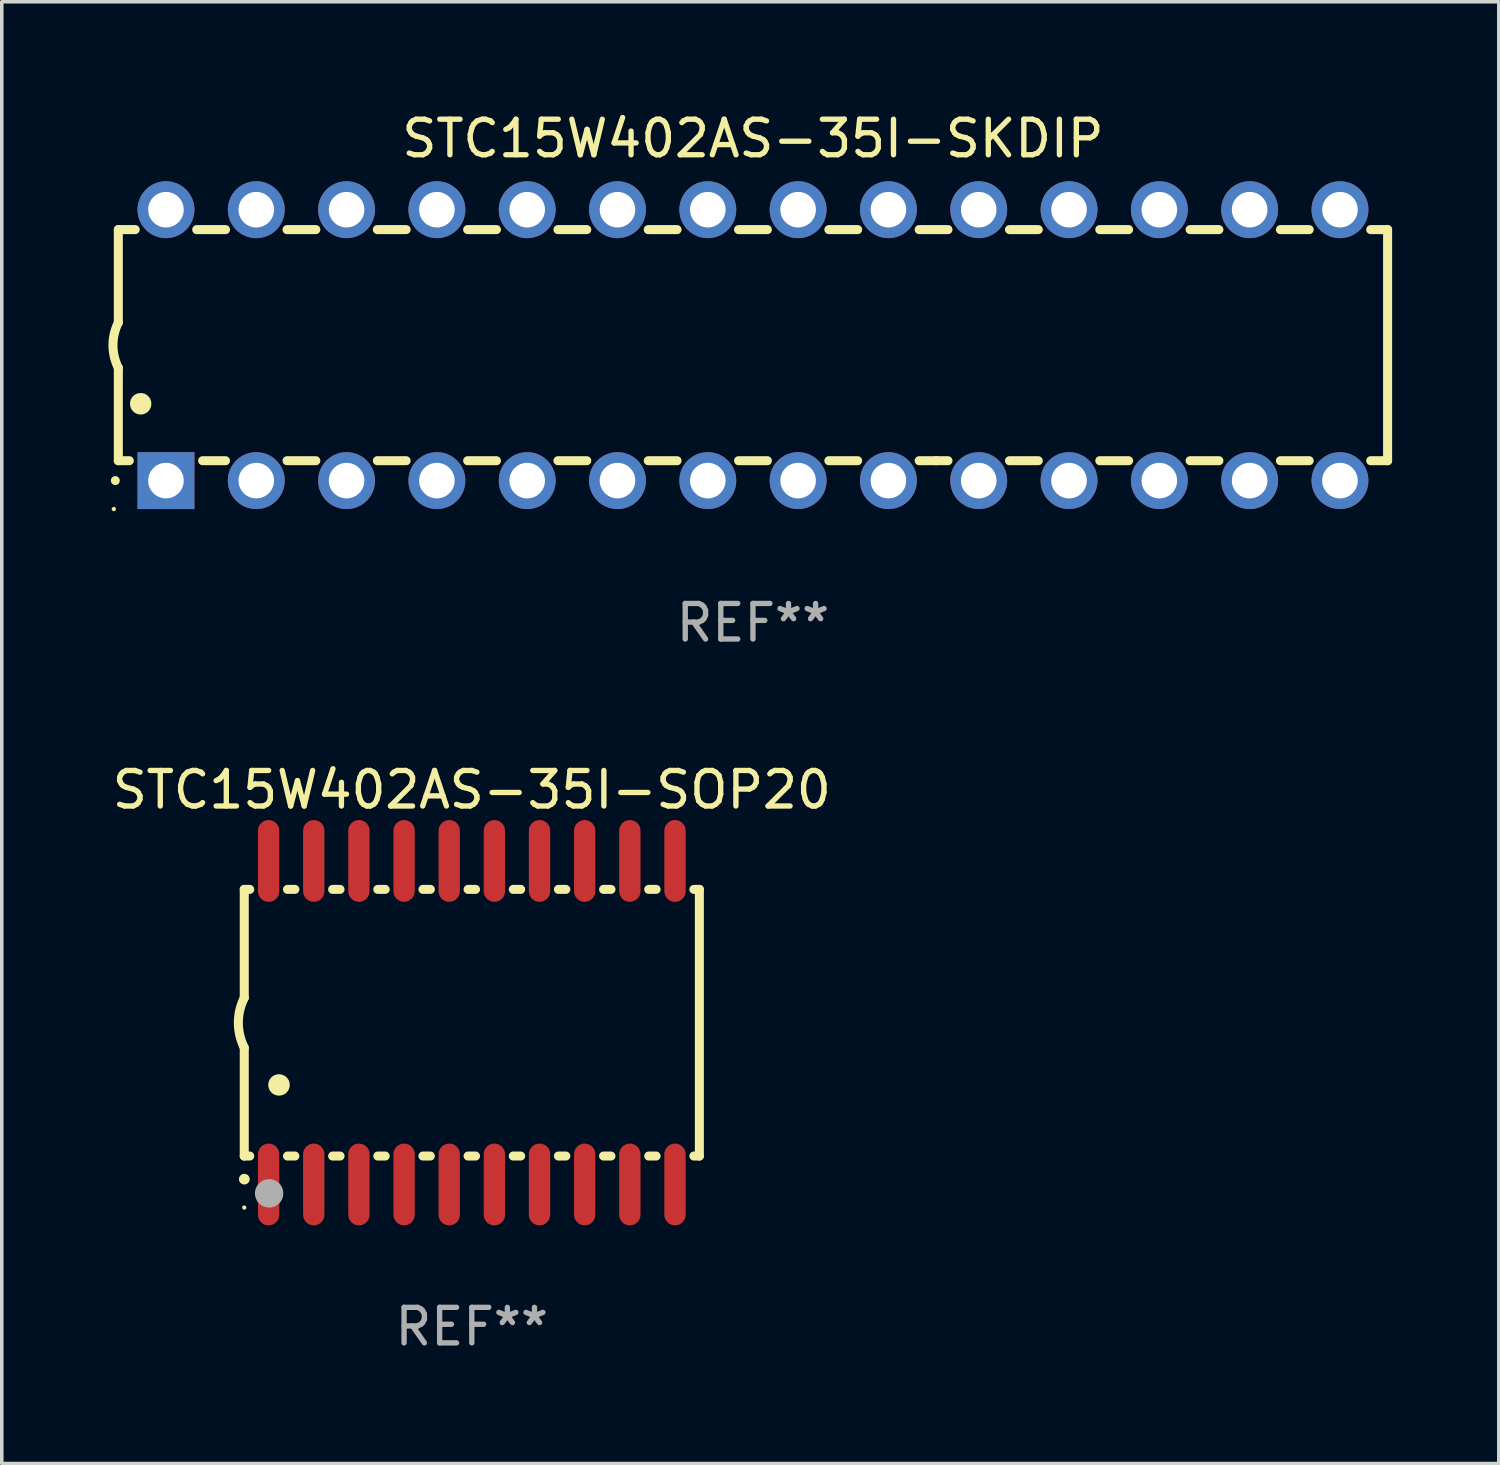
<source format=kicad_pcb>
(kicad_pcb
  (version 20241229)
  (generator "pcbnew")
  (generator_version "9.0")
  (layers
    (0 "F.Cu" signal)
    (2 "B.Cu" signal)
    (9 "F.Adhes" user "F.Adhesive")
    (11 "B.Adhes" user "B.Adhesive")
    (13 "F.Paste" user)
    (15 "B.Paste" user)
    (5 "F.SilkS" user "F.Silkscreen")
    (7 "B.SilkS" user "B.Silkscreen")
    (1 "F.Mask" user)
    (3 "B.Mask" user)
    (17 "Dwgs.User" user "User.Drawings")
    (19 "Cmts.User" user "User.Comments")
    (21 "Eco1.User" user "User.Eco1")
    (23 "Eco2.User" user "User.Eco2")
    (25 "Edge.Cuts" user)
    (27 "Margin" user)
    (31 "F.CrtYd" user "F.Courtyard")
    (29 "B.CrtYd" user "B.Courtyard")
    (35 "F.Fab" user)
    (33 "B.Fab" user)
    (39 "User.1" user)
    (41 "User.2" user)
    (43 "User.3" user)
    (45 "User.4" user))
  (footprint "STC15W402AS-35I-SKDIP"
    (layer "F.Cu")
    (at 18.128 6.658)
    (property "Reference" "STC15W402AS-35I-SKDIP" (at 0 -5.81 0) (layer "F.SilkS") (effects (font (size 1 1) (thickness 0.15))))
    (attr through_hole)
    (fp_line (start -17.85 -3.25) (end -17.85 -0.635) (stroke (width 0.254) (type solid)) (layer "F.SilkS"))
    (fp_line (start -17.85 3.25) (end -17.85 0.635) (stroke (width 0.254) (type solid)) (layer "F.SilkS"))
    (fp_line (start -17.85 3.25) (end -17.541 3.25) (stroke (width 0.254) (type solid)) (layer "F.SilkS"))
    (fp_line (start -17.375 -3.25) (end -17.85 -3.25) (stroke (width 0.254) (type solid)) (layer "F.SilkS"))
    (fp_line (start -15.479 3.25) (end -14.835 3.25) (stroke (width 0.254) (type solid)) (layer "F.SilkS"))
    (fp_line (start -14.835 -3.25) (end -15.645 -3.25) (stroke (width 0.254) (type solid)) (layer "F.SilkS"))
    (fp_line (start -13.105 3.25) (end -12.295 3.25) (stroke (width 0.254) (type solid)) (layer "F.SilkS"))
    (fp_line (start -12.295 -3.25) (end -13.105 -3.25) (stroke (width 0.254) (type solid)) (layer "F.SilkS"))
    (fp_line (start -10.565 3.25) (end -9.755 3.25) (stroke (width 0.254) (type solid)) (layer "F.SilkS"))
    (fp_line (start -9.755 -3.25) (end -10.565 -3.25) (stroke (width 0.254) (type solid)) (layer "F.SilkS"))
    (fp_line (start -8.025 3.25) (end -7.215 3.25) (stroke (width 0.254) (type solid)) (layer "F.SilkS"))
    (fp_line (start -7.215 -3.25) (end -8.025 -3.25) (stroke (width 0.254) (type solid)) (layer "F.SilkS"))
    (fp_line (start -5.485 3.25) (end -4.675 3.25) (stroke (width 0.254) (type solid)) (layer "F.SilkS"))
    (fp_line (start -4.675 -3.25) (end -5.485 -3.25) (stroke (width 0.254) (type solid)) (layer "F.SilkS"))
    (fp_line (start -2.945 3.25) (end -2.135 3.25) (stroke (width 0.254) (type solid)) (layer "F.SilkS"))
    (fp_line (start -2.135 -3.25) (end -2.945 -3.25) (stroke (width 0.254) (type solid)) (layer "F.SilkS"))
    (fp_line (start -0.405 3.25) (end 0.405 3.25) (stroke (width 0.254) (type solid)) (layer "F.SilkS"))
    (fp_line (start 0.405 -3.25) (end -0.405 -3.25) (stroke (width 0.254) (type solid)) (layer "F.SilkS"))
    (fp_line (start 2.135 3.25) (end 2.945 3.25) (stroke (width 0.254) (type solid)) (layer "F.SilkS"))
    (fp_line (start 2.945 -3.25) (end 2.135 -3.25) (stroke (width 0.254) (type solid)) (layer "F.SilkS"))
    (fp_line (start 4.675 3.25) (end 5.15 3.25) (stroke (width 0.254) (type solid)) (layer "F.SilkS"))
    (fp_line (start 5.15 -3.25) (end 4.675 -3.25) (stroke (width 0.254) (type solid)) (layer "F.SilkS"))
    (fp_line (start 5.15 -3.25) (end 5.485 -3.25) (stroke (width 0.254) (type solid)) (layer "F.SilkS"))
    (fp_line (start 5.15 3.25) (end 5.485 3.25) (stroke (width 0.254) (type solid)) (layer "F.SilkS"))
    (fp_line (start 7.215 -3.25) (end 8.025 -3.25) (stroke (width 0.254) (type solid)) (layer "F.SilkS"))
    (fp_line (start 7.215 3.25) (end 8.025 3.25) (stroke (width 0.254) (type solid)) (layer "F.SilkS"))
    (fp_line (start 9.755 -3.25) (end 10.565 -3.25) (stroke (width 0.254) (type solid)) (layer "F.SilkS"))
    (fp_line (start 9.755 3.25) (end 10.565 3.25) (stroke (width 0.254) (type solid)) (layer "F.SilkS"))
    (fp_line (start 12.295 -3.25) (end 13.105 -3.25) (stroke (width 0.254) (type solid)) (layer "F.SilkS"))
    (fp_line (start 12.295 3.25) (end 13.105 3.25) (stroke (width 0.254) (type solid)) (layer "F.SilkS"))
    (fp_line (start 14.835 -3.25) (end 15.645 -3.25) (stroke (width 0.254) (type solid)) (layer "F.SilkS"))
    (fp_line (start 14.835 3.25) (end 15.645 3.25) (stroke (width 0.254) (type solid)) (layer "F.SilkS"))
    (fp_line (start 17.375 -3.25) (end 17.85 -3.25) (stroke (width 0.254) (type solid)) (layer "F.SilkS"))
    (fp_line (start 17.375 3.25) (end 17.85 3.25) (stroke (width 0.254) (type solid)) (layer "F.SilkS"))
    (fp_line (start 17.85 -3.25) (end 17.85 3.25) (stroke (width 0.254) (type solid)) (layer "F.SilkS"))
    (fp_arc (start -17.934976 3.810008) (mid -17.934983 3.808738) (end -17.934976 3.807468) (stroke (width 0.25) (type solid)) (layer "F.SilkS"))
    (fp_arc (start -17.851155 0.635002) (mid -18.000677 -0.000132) (end -17.850038 -0.635001) (stroke (width 0.254001) (type solid)) (layer "F.SilkS"))
    (fp_arc (start -17.221234 1.651003) (mid -17.221245 1.648463) (end -17.221234 1.645923) (stroke (width 0.6) (type solid)) (layer "F.SilkS"))
    (fp_circle (center -17.977 4.61) (end -17.947 4.61) (stroke (width 0.06) (type solid)) (fill no) (layer "F.SilkS"))
    (fp_text user "REF**" (at 0 7.81 0) (layer "F.Fab") (effects (font (size 1 1) (thickness 0.15))))
    (pad "1" thru_hole rect (at -16.51 3.81 90) (size 1.6 1.6) (drill 1) (layers "*.Cu" "*.Mask"))
    (pad "2" thru_hole circle (at -13.97 3.81 90) (size 1.6 1.6) (drill 1) (layers "*.Cu" "*.Mask"))
    (pad "3" thru_hole circle (at -11.43 3.81 90) (size 1.6 1.6) (drill 1) (layers "*.Cu" "*.Mask"))
    (pad "4" thru_hole circle (at -8.89 3.81 90) (size 1.6 1.6) (drill 1) (layers "*.Cu" "*.Mask"))
    (pad "5" thru_hole circle (at -6.35 3.81 90) (size 1.6 1.6) (drill 1) (layers "*.Cu" "*.Mask"))
    (pad "6" thru_hole circle (at -3.81 3.81 90) (size 1.6 1.6) (drill 1) (layers "*.Cu" "*.Mask"))
    (pad "7" thru_hole circle (at -1.27 3.81 90) (size 1.6 1.6) (drill 1) (layers "*.Cu" "*.Mask"))
    (pad "8" thru_hole circle (at 1.27 3.81 90) (size 1.6 1.6) (drill 1) (layers "*.Cu" "*.Mask"))
    (pad "9" thru_hole circle (at 3.81 3.81 90) (size 1.6 1.6) (drill 1) (layers "*.Cu" "*.Mask"))
    (pad "10" thru_hole circle (at 6.35 3.81 90) (size 1.6 1.6) (drill 1) (layers "*.Cu" "*.Mask"))
    (pad "11" thru_hole circle (at 8.89 3.81 90) (size 1.6 1.6) (drill 1) (layers "*.Cu" "*.Mask"))
    (pad "12" thru_hole circle (at 11.43 3.81 90) (size 1.6 1.6) (drill 1) (layers "*.Cu" "*.Mask"))
    (pad "13" thru_hole circle (at 13.97 3.81 90) (size 1.6 1.6) (drill 1) (layers "*.Cu" "*.Mask"))
    (pad "14" thru_hole circle (at 16.51 3.81 90) (size 1.6 1.6) (drill 1) (layers "*.Cu" "*.Mask"))
    (pad "15" thru_hole circle (at 16.51 -3.81 90) (size 1.6 1.6) (drill 1) (layers "*.Cu" "*.Mask"))
    (pad "16" thru_hole circle (at 13.97 -3.81 90) (size 1.6 1.6) (drill 1) (layers "*.Cu" "*.Mask"))
    (pad "17" thru_hole circle (at 11.43 -3.81 90) (size 1.6 1.6) (drill 1) (layers "*.Cu" "*.Mask"))
    (pad "18" thru_hole circle (at 8.89 -3.81 90) (size 1.6 1.6) (drill 1) (layers "*.Cu" "*.Mask"))
    (pad "19" thru_hole circle (at 6.35 -3.81 90) (size 1.6 1.6) (drill 1) (layers "*.Cu" "*.Mask"))
    (pad "20" thru_hole circle (at 3.81 -3.81 90) (size 1.6 1.6) (drill 1) (layers "*.Cu" "*.Mask"))
    (pad "21" thru_hole circle (at 1.27 -3.81 90) (size 1.6 1.6) (drill 1) (layers "*.Cu" "*.Mask"))
    (pad "22" thru_hole circle (at -1.27 -3.81 90) (size 1.6 1.6) (drill 1) (layers "*.Cu" "*.Mask"))
    (pad "23" thru_hole circle (at -3.81 -3.81 90) (size 1.6 1.6) (drill 1) (layers "*.Cu" "*.Mask"))
    (pad "24" thru_hole circle (at -6.35 -3.81 90) (size 1.6 1.6) (drill 1) (layers "*.Cu" "*.Mask"))
    (pad "25" thru_hole circle (at -8.89 -3.81 90) (size 1.6 1.6) (drill 1) (layers "*.Cu" "*.Mask"))
    (pad "26" thru_hole circle (at -11.43 -3.81 90) (size 1.6 1.6) (drill 1) (layers "*.Cu" "*.Mask"))
    (pad "27" thru_hole circle (at -13.97 -3.81 90) (size 1.6 1.6) (drill 1) (layers "*.Cu" "*.Mask"))
    (pad "28" thru_hole circle (at -16.51 -3.81 90) (size 1.6 1.6) (drill 1) (layers "*.Cu" "*.Mask")))
  (footprint "STC15W402AS-35I-SOP20"
    (layer "F.Cu")
    (at 10.22 25.715)
    (property "Reference" "STC15W402AS-35I-SOP20" (at 0 -6.55 0) (layer "F.SilkS") (effects (font (size 1 1) (thickness 0.15))))
    (attr through_hole)
    (fp_line (start -6.4 -3.75) (end -6.4 -0.7) (stroke (width 0.254) (type solid)) (layer "F.SilkS"))
    (fp_line (start -6.4 -3.75) (end -6.246 -3.75) (stroke (width 0.254) (type solid)) (layer "F.SilkS"))
    (fp_line (start -6.4 3.75) (end -6.4 0.7) (stroke (width 0.254) (type solid)) (layer "F.SilkS"))
    (fp_line (start -6.246 3.75) (end -6.4 3.75) (stroke (width 0.254) (type solid)) (layer "F.SilkS"))
    (fp_line (start -5.184 -3.75) (end -4.976 -3.75) (stroke (width 0.254) (type solid)) (layer "F.SilkS"))
    (fp_line (start -4.976 3.75) (end -5.184 3.75) (stroke (width 0.254) (type solid)) (layer "F.SilkS"))
    (fp_line (start -3.914 -3.75) (end -3.706 -3.75) (stroke (width 0.254) (type solid)) (layer "F.SilkS"))
    (fp_line (start -3.706 3.75) (end -3.914 3.75) (stroke (width 0.254) (type solid)) (layer "F.SilkS"))
    (fp_line (start -2.644 -3.75) (end -2.436 -3.75) (stroke (width 0.254) (type solid)) (layer "F.SilkS"))
    (fp_line (start -2.436 3.75) (end -2.644 3.75) (stroke (width 0.254) (type solid)) (layer "F.SilkS"))
    (fp_line (start -1.374 -3.75) (end -1.166 -3.75) (stroke (width 0.254) (type solid)) (layer "F.SilkS"))
    (fp_line (start -1.166 3.75) (end -1.374 3.75) (stroke (width 0.254) (type solid)) (layer "F.SilkS"))
    (fp_line (start -0.104 -3.75) (end 0.104 -3.75) (stroke (width 0.254) (type solid)) (layer "F.SilkS"))
    (fp_line (start 0.104 3.75) (end -0.104 3.75) (stroke (width 0.254) (type solid)) (layer "F.SilkS"))
    (fp_line (start 1.166 -3.75) (end 1.374 -3.75) (stroke (width 0.254) (type solid)) (layer "F.SilkS"))
    (fp_line (start 1.374 3.75) (end 1.166 3.75) (stroke (width 0.254) (type solid)) (layer "F.SilkS"))
    (fp_line (start 2.436 -3.75) (end 2.644 -3.75) (stroke (width 0.254) (type solid)) (layer "F.SilkS"))
    (fp_line (start 2.644 3.75) (end 2.436 3.75) (stroke (width 0.254) (type solid)) (layer "F.SilkS"))
    (fp_line (start 3.706 -3.75) (end 3.914 -3.75) (stroke (width 0.254) (type solid)) (layer "F.SilkS"))
    (fp_line (start 3.914 3.75) (end 3.706 3.75) (stroke (width 0.254) (type solid)) (layer "F.SilkS"))
    (fp_line (start 4.976 -3.75) (end 5.184 -3.75) (stroke (width 0.254) (type solid)) (layer "F.SilkS"))
    (fp_line (start 5.184 3.75) (end 4.976 3.75) (stroke (width 0.254) (type solid)) (layer "F.SilkS"))
    (fp_line (start 6.246 -3.75) (end 6.4 -3.75) (stroke (width 0.254) (type solid)) (layer "F.SilkS"))
    (fp_line (start 6.4 -3.75) (end 6.4 3.75) (stroke (width 0.254) (type solid)) (layer "F.SilkS"))
    (fp_line (start 6.4 3.75) (end 6.246 3.75) (stroke (width 0.254) (type solid)) (layer "F.SilkS"))
    (fp_arc (start -6.400812 0.701041) (mid -6.565912 0.000428) (end -6.400025 -0.7) (stroke (width 0.254001) (type solid)) (layer "F.SilkS"))
    (fp_arc (start -6.400025 4.4) (mid -6.398755 4.399995) (end -6.397485 4.4) (stroke (width 0.3) (type solid)) (layer "F.SilkS"))
    (fp_arc (start -5.425451 1.750064) (mid -5.422911 1.750053) (end -5.420371 1.750064) (stroke (width 0.6) (type solid)) (layer "F.SilkS"))
    (fp_circle (center -6.4 5.2) (end -6.37 5.2) (stroke (width 0.06) (type solid)) (fill no) (layer "F.SilkS"))
    (fp_circle (center -5.7 4.8) (end -5.5 4.8) (stroke (width 0.4) (type solid)) (fill no) (layer "F.Fab"))
    (fp_text user "REF**" (at 0 8.55 0) (layer "F.Fab") (effects (font (size 1 1) (thickness 0.15))))
    (pad "1" smd oval (at -5.715 4.55 180) (size 0.6 2.3) (layers "F.Cu" "F.Mask" "F.Paste"))
    (pad "2" smd oval (at -4.445 4.55 180) (size 0.6 2.3) (layers "F.Cu" "F.Mask" "F.Paste"))
    (pad "3" smd oval (at -3.175 4.55 180) (size 0.6 2.3) (layers "F.Cu" "F.Mask" "F.Paste"))
    (pad "4" smd oval (at -1.905 4.55 180) (size 0.6 2.3) (layers "F.Cu" "F.Mask" "F.Paste"))
    (pad "5" smd oval (at -0.635 4.55 180) (size 0.6 2.3) (layers "F.Cu" "F.Mask" "F.Paste"))
    (pad "6" smd oval (at 0.635 4.55 180) (size 0.6 2.3) (layers "F.Cu" "F.Mask" "F.Paste"))
    (pad "7" smd oval (at 1.905 4.55 180) (size 0.6 2.3) (layers "F.Cu" "F.Mask" "F.Paste"))
    (pad "8" smd oval (at 3.175 4.55 180) (size 0.6 2.3) (layers "F.Cu" "F.Mask" "F.Paste"))
    (pad "9" smd oval (at 4.445 4.55 180) (size 0.6 2.3) (layers "F.Cu" "F.Mask" "F.Paste"))
    (pad "10" smd oval (at 5.715 4.55 180) (size 0.6 2.3) (layers "F.Cu" "F.Mask" "F.Paste"))
    (pad "11" smd oval (at 5.715 -4.55 180) (size 0.6 2.3) (layers "F.Cu" "F.Mask" "F.Paste"))
    (pad "12" smd oval (at 4.445 -4.55 180) (size 0.6 2.3) (layers "F.Cu" "F.Mask" "F.Paste"))
    (pad "13" smd oval (at 3.175 -4.55 180) (size 0.6 2.3) (layers "F.Cu" "F.Mask" "F.Paste"))
    (pad "14" smd oval (at 1.905 -4.55 180) (size 0.6 2.3) (layers "F.Cu" "F.Mask" "F.Paste"))
    (pad "15" smd oval (at 0.635 -4.55 180) (size 0.6 2.3) (layers "F.Cu" "F.Mask" "F.Paste"))
    (pad "16" smd oval (at -0.635 -4.55 180) (size 0.6 2.3) (layers "F.Cu" "F.Mask" "F.Paste"))
    (pad "17" smd oval (at -1.905 -4.55 180) (size 0.6 2.3) (layers "F.Cu" "F.Mask" "F.Paste"))
    (pad "18" smd oval (at -3.175 -4.55 180) (size 0.6 2.3) (layers "F.Cu" "F.Mask" "F.Paste"))
    (pad "19" smd oval (at -4.445 -4.55 180) (size 0.6 2.3) (layers "F.Cu" "F.Mask" "F.Paste"))
    (pad "20" smd oval (at -5.715 -4.55 180) (size 0.6 2.3) (layers "F.Cu" "F.Mask" "F.Paste")))
  (gr_rect
    (start -3 -3)
    (end 39.105 38.113)
    (stroke (width 0.1) (type default))
    (fill no)
    (layer "Edge.Cuts")))
</source>
